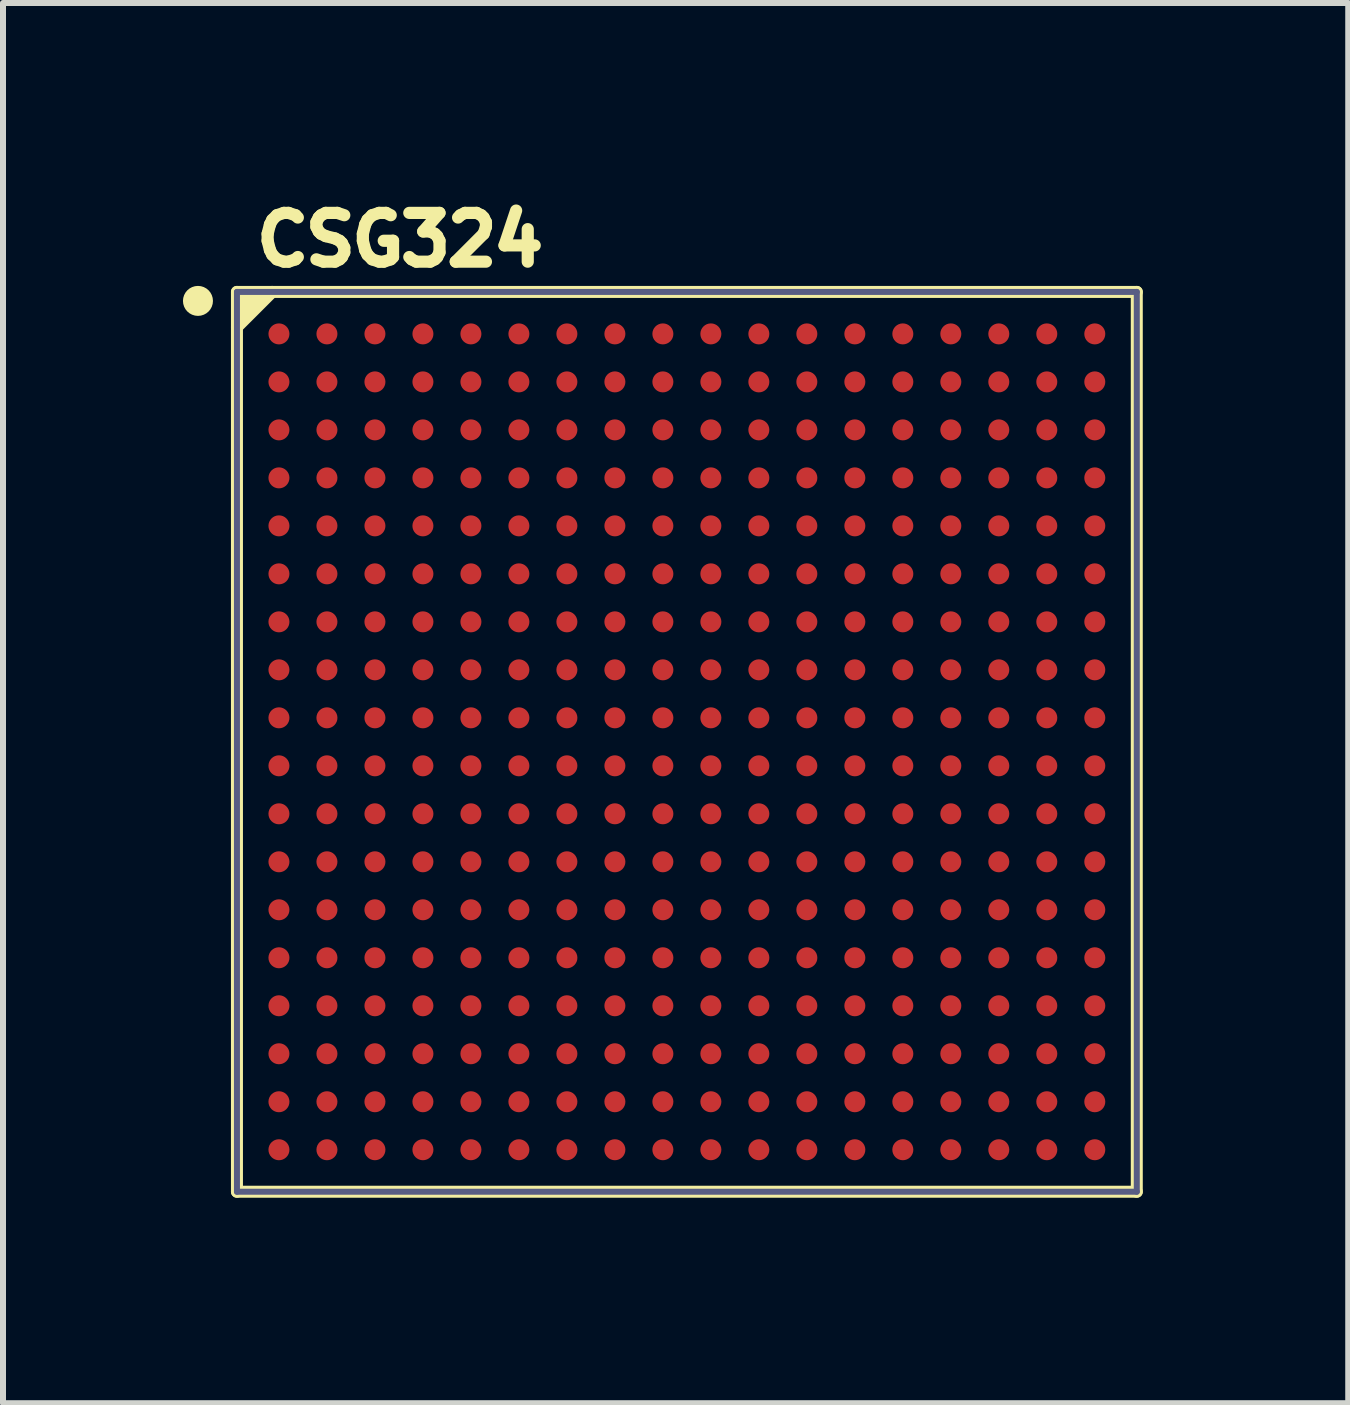
<source format=kicad_pcb>
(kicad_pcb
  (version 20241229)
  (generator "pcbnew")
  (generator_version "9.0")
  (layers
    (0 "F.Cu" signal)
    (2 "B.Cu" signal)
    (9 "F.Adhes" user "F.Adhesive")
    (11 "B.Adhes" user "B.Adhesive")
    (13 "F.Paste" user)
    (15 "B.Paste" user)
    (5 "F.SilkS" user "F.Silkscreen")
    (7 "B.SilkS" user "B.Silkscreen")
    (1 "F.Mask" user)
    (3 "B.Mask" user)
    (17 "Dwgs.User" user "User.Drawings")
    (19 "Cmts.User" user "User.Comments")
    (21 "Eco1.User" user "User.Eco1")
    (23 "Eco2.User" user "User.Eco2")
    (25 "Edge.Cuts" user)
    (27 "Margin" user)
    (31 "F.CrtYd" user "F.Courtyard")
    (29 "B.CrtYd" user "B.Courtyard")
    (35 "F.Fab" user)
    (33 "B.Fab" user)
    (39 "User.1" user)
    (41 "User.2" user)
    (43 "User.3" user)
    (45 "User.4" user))
  (footprint "CSG324"
    (layer "F.Cu")
    (at 8.4 9.316)
    (property "Reference" "CSG324" (at -7.277 -7.894 0) (unlocked yes) (layer "F.SilkS") (effects (font (size 0.813 0.813) (thickness 0.203)) (justify left bottom)))
    (fp_line (start -7.5 -7.5) (end -7.5 7.5) (stroke (width 0.2) (type solid)) (layer "F.SilkS"))
    (fp_line (start -7.5 -7.5) (end 7.5 -7.5) (stroke (width 0.2) (type solid)) (layer "F.SilkS"))
    (fp_line (start -7.5 7.5) (end 7.5 7.5) (stroke (width 0.2) (type solid)) (layer "F.SilkS"))
    (fp_line (start -6.913 -7.5) (end -7.5 -6.913) (stroke (width 0.2) (type solid)) (layer "F.SilkS"))
    (fp_line (start 7.5 -7.5) (end 7.5 7.5) (stroke (width 0.2) (type solid)) (layer "F.SilkS"))
    (fp_circle (center -8.15 -7.35) (end -8.025 -7.35) (stroke (width 0.25) (type solid)) (fill no) (layer "F.SilkS"))
    (fp_poly (pts (xy -6.913 -7.5) (xy -7.5 -6.913) (xy -7.5 -7.5)) (stroke (width 0) (type default)) (fill yes) (layer "F.SilkS"))
    (fp_line (start -8 -8) (end -8 8) (stroke (width 0.05) (type solid)) (layer "Eco1.User"))
    (fp_line (start -8 -8) (end 8 -8) (stroke (width 0.05) (type solid)) (layer "Eco1.User"))
    (fp_line (start -8 8) (end 8 8) (stroke (width 0.05) (type solid)) (layer "Eco1.User"))
    (fp_line (start -0.5 0) (end 0.5 0) (stroke (width 0.1) (type solid)) (layer "Eco1.User"))
    (fp_line (start 0 -0.5) (end 0 0.5) (stroke (width 0.1) (type solid)) (layer "Eco1.User"))
    (fp_line (start 8 -8) (end 8 8) (stroke (width 0.05) (type solid)) (layer "Eco1.User"))
    (fp_line (start -7.5 -7.5) (end -7.5 7.5) (stroke (width 0.1) (type solid)) (layer "B.Fab"))
    (fp_line (start -7.5 -7.5) (end 7.5 -7.5) (stroke (width 0.1) (type solid)) (layer "B.Fab"))
    (fp_line (start -7.5 7.5) (end 7.5 7.5) (stroke (width 0.1) (type solid)) (layer "B.Fab"))
    (fp_line (start 7.5 -7.5) (end 7.5 7.5) (stroke (width 0.1) (type solid)) (layer "B.Fab"))
    (pad "A1" smd circle (at -6.8 -6.8) (size 0.35 0.35) (layers "F.Cu" "F.Mask" "F.Paste"))
    (pad "A2" smd circle (at -6 -6.8) (size 0.35 0.35) (layers "F.Cu" "F.Mask" "F.Paste"))
    (pad "A3" smd circle (at -5.2 -6.8) (size 0.35 0.35) (layers "F.Cu" "F.Mask" "F.Paste"))
    (pad "A4" smd circle (at -4.4 -6.8) (size 0.35 0.35) (layers "F.Cu" "F.Mask" "F.Paste"))
    (pad "A5" smd circle (at -3.6 -6.8) (size 0.35 0.35) (layers "F.Cu" "F.Mask" "F.Paste"))
    (pad "A6" smd circle (at -2.8 -6.8) (size 0.35 0.35) (layers "F.Cu" "F.Mask" "F.Paste"))
    (pad "A7" smd circle (at -2 -6.8) (size 0.35 0.35) (layers "F.Cu" "F.Mask" "F.Paste"))
    (pad "A8" smd circle (at -1.2 -6.8) (size 0.35 0.35) (layers "F.Cu" "F.Mask" "F.Paste"))
    (pad "A9" smd circle (at -0.4 -6.8) (size 0.35 0.35) (layers "F.Cu" "F.Mask" "F.Paste"))
    (pad "A10" smd circle (at 0.4 -6.8) (size 0.35 0.35) (layers "F.Cu" "F.Mask" "F.Paste"))
    (pad "A11" smd circle (at 1.2 -6.8) (size 0.35 0.35) (layers "F.Cu" "F.Mask" "F.Paste"))
    (pad "A12" smd circle (at 2 -6.8) (size 0.35 0.35) (layers "F.Cu" "F.Mask" "F.Paste"))
    (pad "A13" smd circle (at 2.8 -6.8) (size 0.35 0.35) (layers "F.Cu" "F.Mask" "F.Paste"))
    (pad "A14" smd circle (at 3.6 -6.8) (size 0.35 0.35) (layers "F.Cu" "F.Mask" "F.Paste"))
    (pad "A15" smd circle (at 4.4 -6.8) (size 0.35 0.35) (layers "F.Cu" "F.Mask" "F.Paste"))
    (pad "A16" smd circle (at 5.2 -6.8) (size 0.35 0.35) (layers "F.Cu" "F.Mask" "F.Paste"))
    (pad "A17" smd circle (at 6 -6.8) (size 0.35 0.35) (layers "F.Cu" "F.Mask" "F.Paste"))
    (pad "A18" smd circle (at 6.8 -6.8) (size 0.35 0.35) (layers "F.Cu" "F.Mask" "F.Paste"))
    (pad "B1" smd circle (at -6.8 -6) (size 0.35 0.35) (layers "F.Cu" "F.Mask" "F.Paste"))
    (pad "B2" smd circle (at -6 -6) (size 0.35 0.35) (layers "F.Cu" "F.Mask" "F.Paste"))
    (pad "B3" smd circle (at -5.2 -6) (size 0.35 0.35) (layers "F.Cu" "F.Mask" "F.Paste"))
    (pad "B4" smd circle (at -4.4 -6) (size 0.35 0.35) (layers "F.Cu" "F.Mask" "F.Paste"))
    (pad "B5" smd circle (at -3.6 -6) (size 0.35 0.35) (layers "F.Cu" "F.Mask" "F.Paste"))
    (pad "B6" smd circle (at -2.8 -6) (size 0.35 0.35) (layers "F.Cu" "F.Mask" "F.Paste"))
    (pad "B7" smd circle (at -2 -6) (size 0.35 0.35) (layers "F.Cu" "F.Mask" "F.Paste"))
    (pad "B8" smd circle (at -1.2 -6) (size 0.35 0.35) (layers "F.Cu" "F.Mask" "F.Paste"))
    (pad "B9" smd circle (at -0.4 -6) (size 0.35 0.35) (layers "F.Cu" "F.Mask" "F.Paste"))
    (pad "B10" smd circle (at 0.4 -6) (size 0.35 0.35) (layers "F.Cu" "F.Mask" "F.Paste"))
    (pad "B11" smd circle (at 1.2 -6) (size 0.35 0.35) (layers "F.Cu" "F.Mask" "F.Paste"))
    (pad "B12" smd circle (at 2 -6) (size 0.35 0.35) (layers "F.Cu" "F.Mask" "F.Paste"))
    (pad "B13" smd circle (at 2.8 -6) (size 0.35 0.35) (layers "F.Cu" "F.Mask" "F.Paste"))
    (pad "B14" smd circle (at 3.6 -6) (size 0.35 0.35) (layers "F.Cu" "F.Mask" "F.Paste"))
    (pad "B15" smd circle (at 4.4 -6) (size 0.35 0.35) (layers "F.Cu" "F.Mask" "F.Paste"))
    (pad "B16" smd circle (at 5.2 -6) (size 0.35 0.35) (layers "F.Cu" "F.Mask" "F.Paste"))
    (pad "B17" smd circle (at 6 -6) (size 0.35 0.35) (layers "F.Cu" "F.Mask" "F.Paste"))
    (pad "B18" smd circle (at 6.8 -6) (size 0.35 0.35) (layers "F.Cu" "F.Mask" "F.Paste"))
    (pad "C1" smd circle (at -6.8 -5.2) (size 0.35 0.35) (layers "F.Cu" "F.Mask" "F.Paste"))
    (pad "C2" smd circle (at -6 -5.2) (size 0.35 0.35) (layers "F.Cu" "F.Mask" "F.Paste"))
    (pad "C3" smd circle (at -5.2 -5.2) (size 0.35 0.35) (layers "F.Cu" "F.Mask" "F.Paste"))
    (pad "C4" smd circle (at -4.4 -5.2) (size 0.35 0.35) (layers "F.Cu" "F.Mask" "F.Paste"))
    (pad "C5" smd circle (at -3.6 -5.2) (size 0.35 0.35) (layers "F.Cu" "F.Mask" "F.Paste"))
    (pad "C6" smd circle (at -2.8 -5.2) (size 0.35 0.35) (layers "F.Cu" "F.Mask" "F.Paste"))
    (pad "C7" smd circle (at -2 -5.2) (size 0.35 0.35) (layers "F.Cu" "F.Mask" "F.Paste"))
    (pad "C8" smd circle (at -1.2 -5.2) (size 0.35 0.35) (layers "F.Cu" "F.Mask" "F.Paste"))
    (pad "C9" smd circle (at -0.4 -5.2) (size 0.35 0.35) (layers "F.Cu" "F.Mask" "F.Paste"))
    (pad "C10" smd circle (at 0.4 -5.2) (size 0.35 0.35) (layers "F.Cu" "F.Mask" "F.Paste"))
    (pad "C11" smd circle (at 1.2 -5.2) (size 0.35 0.35) (layers "F.Cu" "F.Mask" "F.Paste"))
    (pad "C12" smd circle (at 2 -5.2) (size 0.35 0.35) (layers "F.Cu" "F.Mask" "F.Paste"))
    (pad "C13" smd circle (at 2.8 -5.2) (size 0.35 0.35) (layers "F.Cu" "F.Mask" "F.Paste"))
    (pad "C14" smd circle (at 3.6 -5.2) (size 0.35 0.35) (layers "F.Cu" "F.Mask" "F.Paste"))
    (pad "C15" smd circle (at 4.4 -5.2) (size 0.35 0.35) (layers "F.Cu" "F.Mask" "F.Paste"))
    (pad "C16" smd circle (at 5.2 -5.2) (size 0.35 0.35) (layers "F.Cu" "F.Mask" "F.Paste"))
    (pad "C17" smd circle (at 6 -5.2) (size 0.35 0.35) (layers "F.Cu" "F.Mask" "F.Paste"))
    (pad "C18" smd circle (at 6.8 -5.2) (size 0.35 0.35) (layers "F.Cu" "F.Mask" "F.Paste"))
    (pad "D1" smd circle (at -6.8 -4.4) (size 0.35 0.35) (layers "F.Cu" "F.Mask" "F.Paste"))
    (pad "D2" smd circle (at -6 -4.4) (size 0.35 0.35) (layers "F.Cu" "F.Mask" "F.Paste"))
    (pad "D3" smd circle (at -5.2 -4.4) (size 0.35 0.35) (layers "F.Cu" "F.Mask" "F.Paste"))
    (pad "D4" smd circle (at -4.4 -4.4) (size 0.35 0.35) (layers "F.Cu" "F.Mask" "F.Paste"))
    (pad "D5" smd circle (at -3.6 -4.4) (size 0.35 0.35) (layers "F.Cu" "F.Mask" "F.Paste"))
    (pad "D6" smd circle (at -2.8 -4.4) (size 0.35 0.35) (layers "F.Cu" "F.Mask" "F.Paste"))
    (pad "D7" smd circle (at -2 -4.4) (size 0.35 0.35) (layers "F.Cu" "F.Mask" "F.Paste"))
    (pad "D8" smd circle (at -1.2 -4.4) (size 0.35 0.35) (layers "F.Cu" "F.Mask" "F.Paste"))
    (pad "D9" smd circle (at -0.4 -4.4) (size 0.35 0.35) (layers "F.Cu" "F.Mask" "F.Paste"))
    (pad "D10" smd circle (at 0.4 -4.4) (size 0.35 0.35) (layers "F.Cu" "F.Mask" "F.Paste"))
    (pad "D11" smd circle (at 1.2 -4.4) (size 0.35 0.35) (layers "F.Cu" "F.Mask" "F.Paste"))
    (pad "D12" smd circle (at 2 -4.4) (size 0.35 0.35) (layers "F.Cu" "F.Mask" "F.Paste"))
    (pad "D13" smd circle (at 2.8 -4.4) (size 0.35 0.35) (layers "F.Cu" "F.Mask" "F.Paste"))
    (pad "D14" smd circle (at 3.6 -4.4) (size 0.35 0.35) (layers "F.Cu" "F.Mask" "F.Paste"))
    (pad "D15" smd circle (at 4.4 -4.4) (size 0.35 0.35) (layers "F.Cu" "F.Mask" "F.Paste"))
    (pad "D16" smd circle (at 5.2 -4.4) (size 0.35 0.35) (layers "F.Cu" "F.Mask" "F.Paste"))
    (pad "D17" smd circle (at 6 -4.4) (size 0.35 0.35) (layers "F.Cu" "F.Mask" "F.Paste"))
    (pad "D18" smd circle (at 6.8 -4.4) (size 0.35 0.35) (layers "F.Cu" "F.Mask" "F.Paste"))
    (pad "E1" smd circle (at -6.8 -3.6) (size 0.35 0.35) (layers "F.Cu" "F.Mask" "F.Paste"))
    (pad "E2" smd circle (at -6 -3.6) (size 0.35 0.35) (layers "F.Cu" "F.Mask" "F.Paste"))
    (pad "E3" smd circle (at -5.2 -3.6) (size 0.35 0.35) (layers "F.Cu" "F.Mask" "F.Paste"))
    (pad "E4" smd circle (at -4.4 -3.6) (size 0.35 0.35) (layers "F.Cu" "F.Mask" "F.Paste"))
    (pad "E5" smd circle (at -3.6 -3.6) (size 0.35 0.35) (layers "F.Cu" "F.Mask" "F.Paste"))
    (pad "E6" smd circle (at -2.8 -3.6) (size 0.35 0.35) (layers "F.Cu" "F.Mask" "F.Paste"))
    (pad "E7" smd circle (at -2 -3.6) (size 0.35 0.35) (layers "F.Cu" "F.Mask" "F.Paste"))
    (pad "E8" smd circle (at -1.2 -3.6) (size 0.35 0.35) (layers "F.Cu" "F.Mask" "F.Paste"))
    (pad "E9" smd circle (at -0.4 -3.6) (size 0.35 0.35) (layers "F.Cu" "F.Mask" "F.Paste"))
    (pad "E10" smd circle (at 0.4 -3.6) (size 0.35 0.35) (layers "F.Cu" "F.Mask" "F.Paste"))
    (pad "E11" smd circle (at 1.2 -3.6) (size 0.35 0.35) (layers "F.Cu" "F.Mask" "F.Paste"))
    (pad "E12" smd circle (at 2 -3.6) (size 0.35 0.35) (layers "F.Cu" "F.Mask" "F.Paste"))
    (pad "E13" smd circle (at 2.8 -3.6) (size 0.35 0.35) (layers "F.Cu" "F.Mask" "F.Paste"))
    (pad "E14" smd circle (at 3.6 -3.6) (size 0.35 0.35) (layers "F.Cu" "F.Mask" "F.Paste"))
    (pad "E15" smd circle (at 4.4 -3.6) (size 0.35 0.35) (layers "F.Cu" "F.Mask" "F.Paste"))
    (pad "E16" smd circle (at 5.2 -3.6) (size 0.35 0.35) (layers "F.Cu" "F.Mask" "F.Paste"))
    (pad "E17" smd circle (at 6 -3.6) (size 0.35 0.35) (layers "F.Cu" "F.Mask" "F.Paste"))
    (pad "E18" smd circle (at 6.8 -3.6) (size 0.35 0.35) (layers "F.Cu" "F.Mask" "F.Paste"))
    (pad "F1" smd circle (at -6.8 -2.8) (size 0.35 0.35) (layers "F.Cu" "F.Mask" "F.Paste"))
    (pad "F2" smd circle (at -6 -2.8) (size 0.35 0.35) (layers "F.Cu" "F.Mask" "F.Paste"))
    (pad "F3" smd circle (at -5.2 -2.8) (size 0.35 0.35) (layers "F.Cu" "F.Mask" "F.Paste"))
    (pad "F4" smd circle (at -4.4 -2.8) (size 0.35 0.35) (layers "F.Cu" "F.Mask" "F.Paste"))
    (pad "F5" smd circle (at -3.6 -2.8) (size 0.35 0.35) (layers "F.Cu" "F.Mask" "F.Paste"))
    (pad "F6" smd circle (at -2.8 -2.8) (size 0.35 0.35) (layers "F.Cu" "F.Mask" "F.Paste"))
    (pad "F7" smd circle (at -2 -2.8) (size 0.35 0.35) (layers "F.Cu" "F.Mask" "F.Paste"))
    (pad "F8" smd circle (at -1.2 -2.8) (size 0.35 0.35) (layers "F.Cu" "F.Mask" "F.Paste"))
    (pad "F9" smd circle (at -0.4 -2.8) (size 0.35 0.35) (layers "F.Cu" "F.Mask" "F.Paste"))
    (pad "F10" smd circle (at 0.4 -2.8) (size 0.35 0.35) (layers "F.Cu" "F.Mask" "F.Paste"))
    (pad "F11" smd circle (at 1.2 -2.8) (size 0.35 0.35) (layers "F.Cu" "F.Mask" "F.Paste"))
    (pad "F12" smd circle (at 2 -2.8) (size 0.35 0.35) (layers "F.Cu" "F.Mask" "F.Paste"))
    (pad "F13" smd circle (at 2.8 -2.8) (size 0.35 0.35) (layers "F.Cu" "F.Mask" "F.Paste"))
    (pad "F14" smd circle (at 3.6 -2.8) (size 0.35 0.35) (layers "F.Cu" "F.Mask" "F.Paste"))
    (pad "F15" smd circle (at 4.4 -2.8) (size 0.35 0.35) (layers "F.Cu" "F.Mask" "F.Paste"))
    (pad "F16" smd circle (at 5.2 -2.8) (size 0.35 0.35) (layers "F.Cu" "F.Mask" "F.Paste"))
    (pad "F17" smd circle (at 6 -2.8) (size 0.35 0.35) (layers "F.Cu" "F.Mask" "F.Paste"))
    (pad "F18" smd circle (at 6.8 -2.8) (size 0.35 0.35) (layers "F.Cu" "F.Mask" "F.Paste"))
    (pad "G1" smd circle (at -6.8 -2) (size 0.35 0.35) (layers "F.Cu" "F.Mask" "F.Paste"))
    (pad "G2" smd circle (at -6 -2) (size 0.35 0.35) (layers "F.Cu" "F.Mask" "F.Paste"))
    (pad "G3" smd circle (at -5.2 -2) (size 0.35 0.35) (layers "F.Cu" "F.Mask" "F.Paste"))
    (pad "G4" smd circle (at -4.4 -2) (size 0.35 0.35) (layers "F.Cu" "F.Mask" "F.Paste"))
    (pad "G5" smd circle (at -3.6 -2) (size 0.35 0.35) (layers "F.Cu" "F.Mask" "F.Paste"))
    (pad "G6" smd circle (at -2.8 -2) (size 0.35 0.35) (layers "F.Cu" "F.Mask" "F.Paste"))
    (pad "G7" smd circle (at -2 -2) (size 0.35 0.35) (layers "F.Cu" "F.Mask" "F.Paste"))
    (pad "G8" smd circle (at -1.2 -2) (size 0.35 0.35) (layers "F.Cu" "F.Mask" "F.Paste"))
    (pad "G9" smd circle (at -0.4 -2) (size 0.35 0.35) (layers "F.Cu" "F.Mask" "F.Paste"))
    (pad "G10" smd circle (at 0.4 -2) (size 0.35 0.35) (layers "F.Cu" "F.Mask" "F.Paste"))
    (pad "G11" smd circle (at 1.2 -2) (size 0.35 0.35) (layers "F.Cu" "F.Mask" "F.Paste"))
    (pad "G12" smd circle (at 2 -2) (size 0.35 0.35) (layers "F.Cu" "F.Mask" "F.Paste"))
    (pad "G13" smd circle (at 2.8 -2) (size 0.35 0.35) (layers "F.Cu" "F.Mask" "F.Paste"))
    (pad "G14" smd circle (at 3.6 -2) (size 0.35 0.35) (layers "F.Cu" "F.Mask" "F.Paste"))
    (pad "G15" smd circle (at 4.4 -2) (size 0.35 0.35) (layers "F.Cu" "F.Mask" "F.Paste"))
    (pad "G16" smd circle (at 5.2 -2) (size 0.35 0.35) (layers "F.Cu" "F.Mask" "F.Paste"))
    (pad "G17" smd circle (at 6 -2) (size 0.35 0.35) (layers "F.Cu" "F.Mask" "F.Paste"))
    (pad "G18" smd circle (at 6.8 -2) (size 0.35 0.35) (layers "F.Cu" "F.Mask" "F.Paste"))
    (pad "H1" smd circle (at -6.8 -1.2) (size 0.35 0.35) (layers "F.Cu" "F.Mask" "F.Paste"))
    (pad "H2" smd circle (at -6 -1.2) (size 0.35 0.35) (layers "F.Cu" "F.Mask" "F.Paste"))
    (pad "H3" smd circle (at -5.2 -1.2) (size 0.35 0.35) (layers "F.Cu" "F.Mask" "F.Paste"))
    (pad "H4" smd circle (at -4.4 -1.2) (size 0.35 0.35) (layers "F.Cu" "F.Mask" "F.Paste"))
    (pad "H5" smd circle (at -3.6 -1.2) (size 0.35 0.35) (layers "F.Cu" "F.Mask" "F.Paste"))
    (pad "H6" smd circle (at -2.8 -1.2) (size 0.35 0.35) (layers "F.Cu" "F.Mask" "F.Paste"))
    (pad "H7" smd circle (at -2 -1.2) (size 0.35 0.35) (layers "F.Cu" "F.Mask" "F.Paste"))
    (pad "H8" smd circle (at -1.2 -1.2) (size 0.35 0.35) (layers "F.Cu" "F.Mask" "F.Paste"))
    (pad "H9" smd circle (at -0.4 -1.2) (size 0.35 0.35) (layers "F.Cu" "F.Mask" "F.Paste"))
    (pad "H10" smd circle (at 0.4 -1.2) (size 0.35 0.35) (layers "F.Cu" "F.Mask" "F.Paste"))
    (pad "H11" smd circle (at 1.2 -1.2) (size 0.35 0.35) (layers "F.Cu" "F.Mask" "F.Paste"))
    (pad "H12" smd circle (at 2 -1.2) (size 0.35 0.35) (layers "F.Cu" "F.Mask" "F.Paste"))
    (pad "H13" smd circle (at 2.8 -1.2) (size 0.35 0.35) (layers "F.Cu" "F.Mask" "F.Paste"))
    (pad "H14" smd circle (at 3.6 -1.2) (size 0.35 0.35) (layers "F.Cu" "F.Mask" "F.Paste"))
    (pad "H15" smd circle (at 4.4 -1.2) (size 0.35 0.35) (layers "F.Cu" "F.Mask" "F.Paste"))
    (pad "H16" smd circle (at 5.2 -1.2) (size 0.35 0.35) (layers "F.Cu" "F.Mask" "F.Paste"))
    (pad "H17" smd circle (at 6 -1.2) (size 0.35 0.35) (layers "F.Cu" "F.Mask" "F.Paste"))
    (pad "H18" smd circle (at 6.8 -1.2) (size 0.35 0.35) (layers "F.Cu" "F.Mask" "F.Paste"))
    (pad "J1" smd circle (at -6.8 -0.4) (size 0.35 0.35) (layers "F.Cu" "F.Mask" "F.Paste"))
    (pad "J2" smd circle (at -6 -0.4) (size 0.35 0.35) (layers "F.Cu" "F.Mask" "F.Paste"))
    (pad "J3" smd circle (at -5.2 -0.4) (size 0.35 0.35) (layers "F.Cu" "F.Mask" "F.Paste"))
    (pad "J4" smd circle (at -4.4 -0.4) (size 0.35 0.35) (layers "F.Cu" "F.Mask" "F.Paste"))
    (pad "J5" smd circle (at -3.6 -0.4) (size 0.35 0.35) (layers "F.Cu" "F.Mask" "F.Paste"))
    (pad "J6" smd circle (at -2.8 -0.4) (size 0.35 0.35) (layers "F.Cu" "F.Mask" "F.Paste"))
    (pad "J7" smd circle (at -2 -0.4) (size 0.35 0.35) (layers "F.Cu" "F.Mask" "F.Paste"))
    (pad "J8" smd circle (at -1.2 -0.4) (size 0.35 0.35) (layers "F.Cu" "F.Mask" "F.Paste"))
    (pad "J9" smd circle (at -0.4 -0.4) (size 0.35 0.35) (layers "F.Cu" "F.Mask" "F.Paste"))
    (pad "J10" smd circle (at 0.4 -0.4) (size 0.35 0.35) (layers "F.Cu" "F.Mask" "F.Paste"))
    (pad "J11" smd circle (at 1.2 -0.4) (size 0.35 0.35) (layers "F.Cu" "F.Mask" "F.Paste"))
    (pad "J12" smd circle (at 2 -0.4) (size 0.35 0.35) (layers "F.Cu" "F.Mask" "F.Paste"))
    (pad "J13" smd circle (at 2.8 -0.4) (size 0.35 0.35) (layers "F.Cu" "F.Mask" "F.Paste"))
    (pad "J14" smd circle (at 3.6 -0.4) (size 0.35 0.35) (layers "F.Cu" "F.Mask" "F.Paste"))
    (pad "J15" smd circle (at 4.4 -0.4) (size 0.35 0.35) (layers "F.Cu" "F.Mask" "F.Paste"))
    (pad "J16" smd circle (at 5.2 -0.4) (size 0.35 0.35) (layers "F.Cu" "F.Mask" "F.Paste"))
    (pad "J17" smd circle (at 6 -0.4) (size 0.35 0.35) (layers "F.Cu" "F.Mask" "F.Paste"))
    (pad "J18" smd circle (at 6.8 -0.4) (size 0.35 0.35) (layers "F.Cu" "F.Mask" "F.Paste"))
    (pad "K1" smd circle (at -6.8 0.4) (size 0.35 0.35) (layers "F.Cu" "F.Mask" "F.Paste"))
    (pad "K2" smd circle (at -6 0.4) (size 0.35 0.35) (layers "F.Cu" "F.Mask" "F.Paste"))
    (pad "K3" smd circle (at -5.2 0.4) (size 0.35 0.35) (layers "F.Cu" "F.Mask" "F.Paste"))
    (pad "K4" smd circle (at -4.4 0.4) (size 0.35 0.35) (layers "F.Cu" "F.Mask" "F.Paste"))
    (pad "K5" smd circle (at -3.6 0.4) (size 0.35 0.35) (layers "F.Cu" "F.Mask" "F.Paste"))
    (pad "K6" smd circle (at -2.8 0.4) (size 0.35 0.35) (layers "F.Cu" "F.Mask" "F.Paste"))
    (pad "K7" smd circle (at -2 0.4) (size 0.35 0.35) (layers "F.Cu" "F.Mask" "F.Paste"))
    (pad "K8" smd circle (at -1.2 0.4) (size 0.35 0.35) (layers "F.Cu" "F.Mask" "F.Paste"))
    (pad "K9" smd circle (at -0.4 0.4) (size 0.35 0.35) (layers "F.Cu" "F.Mask" "F.Paste"))
    (pad "K10" smd circle (at 0.4 0.4) (size 0.35 0.35) (layers "F.Cu" "F.Mask" "F.Paste"))
    (pad "K11" smd circle (at 1.2 0.4) (size 0.35 0.35) (layers "F.Cu" "F.Mask" "F.Paste"))
    (pad "K12" smd circle (at 2 0.4) (size 0.35 0.35) (layers "F.Cu" "F.Mask" "F.Paste"))
    (pad "K13" smd circle (at 2.8 0.4) (size 0.35 0.35) (layers "F.Cu" "F.Mask" "F.Paste"))
    (pad "K14" smd circle (at 3.6 0.4) (size 0.35 0.35) (layers "F.Cu" "F.Mask" "F.Paste"))
    (pad "K15" smd circle (at 4.4 0.4) (size 0.35 0.35) (layers "F.Cu" "F.Mask" "F.Paste"))
    (pad "K16" smd circle (at 5.2 0.4) (size 0.35 0.35) (layers "F.Cu" "F.Mask" "F.Paste"))
    (pad "K17" smd circle (at 6 0.4) (size 0.35 0.35) (layers "F.Cu" "F.Mask" "F.Paste"))
    (pad "K18" smd circle (at 6.8 0.4) (size 0.35 0.35) (layers "F.Cu" "F.Mask" "F.Paste"))
    (pad "L1" smd circle (at -6.8 1.2) (size 0.35 0.35) (layers "F.Cu" "F.Mask" "F.Paste"))
    (pad "L2" smd circle (at -6 1.2) (size 0.35 0.35) (layers "F.Cu" "F.Mask" "F.Paste"))
    (pad "L3" smd circle (at -5.2 1.2) (size 0.35 0.35) (layers "F.Cu" "F.Mask" "F.Paste"))
    (pad "L4" smd circle (at -4.4 1.2) (size 0.35 0.35) (layers "F.Cu" "F.Mask" "F.Paste"))
    (pad "L5" smd circle (at -3.6 1.2) (size 0.35 0.35) (layers "F.Cu" "F.Mask" "F.Paste"))
    (pad "L6" smd circle (at -2.8 1.2) (size 0.35 0.35) (layers "F.Cu" "F.Mask" "F.Paste"))
    (pad "L7" smd circle (at -2 1.2) (size 0.35 0.35) (layers "F.Cu" "F.Mask" "F.Paste"))
    (pad "L8" smd circle (at -1.2 1.2) (size 0.35 0.35) (layers "F.Cu" "F.Mask" "F.Paste"))
    (pad "L9" smd circle (at -0.4 1.2) (size 0.35 0.35) (layers "F.Cu" "F.Mask" "F.Paste"))
    (pad "L10" smd circle (at 0.4 1.2) (size 0.35 0.35) (layers "F.Cu" "F.Mask" "F.Paste"))
    (pad "L11" smd circle (at 1.2 1.2) (size 0.35 0.35) (layers "F.Cu" "F.Mask" "F.Paste"))
    (pad "L12" smd circle (at 2 1.2) (size 0.35 0.35) (layers "F.Cu" "F.Mask" "F.Paste"))
    (pad "L13" smd circle (at 2.8 1.2) (size 0.35 0.35) (layers "F.Cu" "F.Mask" "F.Paste"))
    (pad "L14" smd circle (at 3.6 1.2) (size 0.35 0.35) (layers "F.Cu" "F.Mask" "F.Paste"))
    (pad "L15" smd circle (at 4.4 1.2) (size 0.35 0.35) (layers "F.Cu" "F.Mask" "F.Paste"))
    (pad "L16" smd circle (at 5.2 1.2) (size 0.35 0.35) (layers "F.Cu" "F.Mask" "F.Paste"))
    (pad "L17" smd circle (at 6 1.2) (size 0.35 0.35) (layers "F.Cu" "F.Mask" "F.Paste"))
    (pad "L18" smd circle (at 6.8 1.2) (size 0.35 0.35) (layers "F.Cu" "F.Mask" "F.Paste"))
    (pad "M1" smd circle (at -6.8 2) (size 0.35 0.35) (layers "F.Cu" "F.Mask" "F.Paste"))
    (pad "M2" smd circle (at -6 2) (size 0.35 0.35) (layers "F.Cu" "F.Mask" "F.Paste"))
    (pad "M3" smd circle (at -5.2 2) (size 0.35 0.35) (layers "F.Cu" "F.Mask" "F.Paste"))
    (pad "M4" smd circle (at -4.4 2) (size 0.35 0.35) (layers "F.Cu" "F.Mask" "F.Paste"))
    (pad "M5" smd circle (at -3.6 2) (size 0.35 0.35) (layers "F.Cu" "F.Mask" "F.Paste"))
    (pad "M6" smd circle (at -2.8 2) (size 0.35 0.35) (layers "F.Cu" "F.Mask" "F.Paste"))
    (pad "M7" smd circle (at -2 2) (size 0.35 0.35) (layers "F.Cu" "F.Mask" "F.Paste"))
    (pad "M8" smd circle (at -1.2 2) (size 0.35 0.35) (layers "F.Cu" "F.Mask" "F.Paste"))
    (pad "M9" smd circle (at -0.4 2) (size 0.35 0.35) (layers "F.Cu" "F.Mask" "F.Paste"))
    (pad "M10" smd circle (at 0.4 2) (size 0.35 0.35) (layers "F.Cu" "F.Mask" "F.Paste"))
    (pad "M11" smd circle (at 1.2 2) (size 0.35 0.35) (layers "F.Cu" "F.Mask" "F.Paste"))
    (pad "M12" smd circle (at 2 2) (size 0.35 0.35) (layers "F.Cu" "F.Mask" "F.Paste"))
    (pad "M13" smd circle (at 2.8 2) (size 0.35 0.35) (layers "F.Cu" "F.Mask" "F.Paste"))
    (pad "M14" smd circle (at 3.6 2) (size 0.35 0.35) (layers "F.Cu" "F.Mask" "F.Paste"))
    (pad "M15" smd circle (at 4.4 2) (size 0.35 0.35) (layers "F.Cu" "F.Mask" "F.Paste"))
    (pad "M16" smd circle (at 5.2 2) (size 0.35 0.35) (layers "F.Cu" "F.Mask" "F.Paste"))
    (pad "M17" smd circle (at 6 2) (size 0.35 0.35) (layers "F.Cu" "F.Mask" "F.Paste"))
    (pad "M18" smd circle (at 6.8 2) (size 0.35 0.35) (layers "F.Cu" "F.Mask" "F.Paste"))
    (pad "N1" smd circle (at -6.8 2.8) (size 0.35 0.35) (layers "F.Cu" "F.Mask" "F.Paste"))
    (pad "N2" smd circle (at -6 2.8) (size 0.35 0.35) (layers "F.Cu" "F.Mask" "F.Paste"))
    (pad "N3" smd circle (at -5.2 2.8) (size 0.35 0.35) (layers "F.Cu" "F.Mask" "F.Paste"))
    (pad "N4" smd circle (at -4.4 2.8) (size 0.35 0.35) (layers "F.Cu" "F.Mask" "F.Paste"))
    (pad "N5" smd circle (at -3.6 2.8) (size 0.35 0.35) (layers "F.Cu" "F.Mask" "F.Paste"))
    (pad "N6" smd circle (at -2.8 2.8) (size 0.35 0.35) (layers "F.Cu" "F.Mask" "F.Paste"))
    (pad "N7" smd circle (at -2 2.8) (size 0.35 0.35) (layers "F.Cu" "F.Mask" "F.Paste"))
    (pad "N8" smd circle (at -1.2 2.8) (size 0.35 0.35) (layers "F.Cu" "F.Mask" "F.Paste"))
    (pad "N9" smd circle (at -0.4 2.8) (size 0.35 0.35) (layers "F.Cu" "F.Mask" "F.Paste"))
    (pad "N10" smd circle (at 0.4 2.8) (size 0.35 0.35) (layers "F.Cu" "F.Mask" "F.Paste"))
    (pad "N11" smd circle (at 1.2 2.8) (size 0.35 0.35) (layers "F.Cu" "F.Mask" "F.Paste"))
    (pad "N12" smd circle (at 2 2.8) (size 0.35 0.35) (layers "F.Cu" "F.Mask" "F.Paste"))
    (pad "N13" smd circle (at 2.8 2.8) (size 0.35 0.35) (layers "F.Cu" "F.Mask" "F.Paste"))
    (pad "N14" smd circle (at 3.6 2.8) (size 0.35 0.35) (layers "F.Cu" "F.Mask" "F.Paste"))
    (pad "N15" smd circle (at 4.4 2.8) (size 0.35 0.35) (layers "F.Cu" "F.Mask" "F.Paste"))
    (pad "N16" smd circle (at 5.2 2.8) (size 0.35 0.35) (layers "F.Cu" "F.Mask" "F.Paste"))
    (pad "N17" smd circle (at 6 2.8) (size 0.35 0.35) (layers "F.Cu" "F.Mask" "F.Paste"))
    (pad "N18" smd circle (at 6.8 2.8) (size 0.35 0.35) (layers "F.Cu" "F.Mask" "F.Paste"))
    (pad "P1" smd circle (at -6.8 3.6) (size 0.35 0.35) (layers "F.Cu" "F.Mask" "F.Paste"))
    (pad "P2" smd circle (at -6 3.6) (size 0.35 0.35) (layers "F.Cu" "F.Mask" "F.Paste"))
    (pad "P3" smd circle (at -5.2 3.6) (size 0.35 0.35) (layers "F.Cu" "F.Mask" "F.Paste"))
    (pad "P4" smd circle (at -4.4 3.6) (size 0.35 0.35) (layers "F.Cu" "F.Mask" "F.Paste"))
    (pad "P5" smd circle (at -3.6 3.6) (size 0.35 0.35) (layers "F.Cu" "F.Mask" "F.Paste"))
    (pad "P6" smd circle (at -2.8 3.6) (size 0.35 0.35) (layers "F.Cu" "F.Mask" "F.Paste"))
    (pad "P7" smd circle (at -2 3.6) (size 0.35 0.35) (layers "F.Cu" "F.Mask" "F.Paste"))
    (pad "P8" smd circle (at -1.2 3.6) (size 0.35 0.35) (layers "F.Cu" "F.Mask" "F.Paste"))
    (pad "P9" smd circle (at -0.4 3.6) (size 0.35 0.35) (layers "F.Cu" "F.Mask" "F.Paste"))
    (pad "P10" smd circle (at 0.4 3.6) (size 0.35 0.35) (layers "F.Cu" "F.Mask" "F.Paste"))
    (pad "P11" smd circle (at 1.2 3.6) (size 0.35 0.35) (layers "F.Cu" "F.Mask" "F.Paste"))
    (pad "P12" smd circle (at 2 3.6) (size 0.35 0.35) (layers "F.Cu" "F.Mask" "F.Paste"))
    (pad "P13" smd circle (at 2.8 3.6) (size 0.35 0.35) (layers "F.Cu" "F.Mask" "F.Paste"))
    (pad "P14" smd circle (at 3.6 3.6) (size 0.35 0.35) (layers "F.Cu" "F.Mask" "F.Paste"))
    (pad "P15" smd circle (at 4.4 3.6) (size 0.35 0.35) (layers "F.Cu" "F.Mask" "F.Paste"))
    (pad "P16" smd circle (at 5.2 3.6) (size 0.35 0.35) (layers "F.Cu" "F.Mask" "F.Paste"))
    (pad "P17" smd circle (at 6 3.6) (size 0.35 0.35) (layers "F.Cu" "F.Mask" "F.Paste"))
    (pad "P18" smd circle (at 6.8 3.6) (size 0.35 0.35) (layers "F.Cu" "F.Mask" "F.Paste"))
    (pad "R1" smd circle (at -6.8 4.4) (size 0.35 0.35) (layers "F.Cu" "F.Mask" "F.Paste"))
    (pad "R2" smd circle (at -6 4.4) (size 0.35 0.35) (layers "F.Cu" "F.Mask" "F.Paste"))
    (pad "R3" smd circle (at -5.2 4.4) (size 0.35 0.35) (layers "F.Cu" "F.Mask" "F.Paste"))
    (pad "R4" smd circle (at -4.4 4.4) (size 0.35 0.35) (layers "F.Cu" "F.Mask" "F.Paste"))
    (pad "R5" smd circle (at -3.6 4.4) (size 0.35 0.35) (layers "F.Cu" "F.Mask" "F.Paste"))
    (pad "R6" smd circle (at -2.8 4.4) (size 0.35 0.35) (layers "F.Cu" "F.Mask" "F.Paste"))
    (pad "R7" smd circle (at -2 4.4) (size 0.35 0.35) (layers "F.Cu" "F.Mask" "F.Paste"))
    (pad "R8" smd circle (at -1.2 4.4) (size 0.35 0.35) (layers "F.Cu" "F.Mask" "F.Paste"))
    (pad "R9" smd circle (at -0.4 4.4) (size 0.35 0.35) (layers "F.Cu" "F.Mask" "F.Paste"))
    (pad "R10" smd circle (at 0.4 4.4) (size 0.35 0.35) (layers "F.Cu" "F.Mask" "F.Paste"))
    (pad "R11" smd circle (at 1.2 4.4) (size 0.35 0.35) (layers "F.Cu" "F.Mask" "F.Paste"))
    (pad "R12" smd circle (at 2 4.4) (size 0.35 0.35) (layers "F.Cu" "F.Mask" "F.Paste"))
    (pad "R13" smd circle (at 2.8 4.4) (size 0.35 0.35) (layers "F.Cu" "F.Mask" "F.Paste"))
    (pad "R14" smd circle (at 3.6 4.4) (size 0.35 0.35) (layers "F.Cu" "F.Mask" "F.Paste"))
    (pad "R15" smd circle (at 4.4 4.4) (size 0.35 0.35) (layers "F.Cu" "F.Mask" "F.Paste"))
    (pad "R16" smd circle (at 5.2 4.4) (size 0.35 0.35) (layers "F.Cu" "F.Mask" "F.Paste"))
    (pad "R17" smd circle (at 6 4.4) (size 0.35 0.35) (layers "F.Cu" "F.Mask" "F.Paste"))
    (pad "R18" smd circle (at 6.8 4.4) (size 0.35 0.35) (layers "F.Cu" "F.Mask" "F.Paste"))
    (pad "T1" smd circle (at -6.8 5.2) (size 0.35 0.35) (layers "F.Cu" "F.Mask" "F.Paste"))
    (pad "T2" smd circle (at -6 5.2) (size 0.35 0.35) (layers "F.Cu" "F.Mask" "F.Paste"))
    (pad "T3" smd circle (at -5.2 5.2) (size 0.35 0.35) (layers "F.Cu" "F.Mask" "F.Paste"))
    (pad "T4" smd circle (at -4.4 5.2) (size 0.35 0.35) (layers "F.Cu" "F.Mask" "F.Paste"))
    (pad "T5" smd circle (at -3.6 5.2) (size 0.35 0.35) (layers "F.Cu" "F.Mask" "F.Paste"))
    (pad "T6" smd circle (at -2.8 5.2) (size 0.35 0.35) (layers "F.Cu" "F.Mask" "F.Paste"))
    (pad "T7" smd circle (at -2 5.2) (size 0.35 0.35) (layers "F.Cu" "F.Mask" "F.Paste"))
    (pad "T8" smd circle (at -1.2 5.2) (size 0.35 0.35) (layers "F.Cu" "F.Mask" "F.Paste"))
    (pad "T9" smd circle (at -0.4 5.2) (size 0.35 0.35) (layers "F.Cu" "F.Mask" "F.Paste"))
    (pad "T10" smd circle (at 0.4 5.2) (size 0.35 0.35) (layers "F.Cu" "F.Mask" "F.Paste"))
    (pad "T11" smd circle (at 1.2 5.2) (size 0.35 0.35) (layers "F.Cu" "F.Mask" "F.Paste"))
    (pad "T12" smd circle (at 2 5.2) (size 0.35 0.35) (layers "F.Cu" "F.Mask" "F.Paste"))
    (pad "T13" smd circle (at 2.8 5.2) (size 0.35 0.35) (layers "F.Cu" "F.Mask" "F.Paste"))
    (pad "T14" smd circle (at 3.6 5.2) (size 0.35 0.35) (layers "F.Cu" "F.Mask" "F.Paste"))
    (pad "T15" smd circle (at 4.4 5.2) (size 0.35 0.35) (layers "F.Cu" "F.Mask" "F.Paste"))
    (pad "T16" smd circle (at 5.2 5.2) (size 0.35 0.35) (layers "F.Cu" "F.Mask" "F.Paste"))
    (pad "T17" smd circle (at 6 5.2) (size 0.35 0.35) (layers "F.Cu" "F.Mask" "F.Paste"))
    (pad "T18" smd circle (at 6.8 5.2) (size 0.35 0.35) (layers "F.Cu" "F.Mask" "F.Paste"))
    (pad "U1" smd circle (at -6.8 6) (size 0.35 0.35) (layers "F.Cu" "F.Mask" "F.Paste"))
    (pad "U2" smd circle (at -6 6) (size 0.35 0.35) (layers "F.Cu" "F.Mask" "F.Paste"))
    (pad "U3" smd circle (at -5.2 6) (size 0.35 0.35) (layers "F.Cu" "F.Mask" "F.Paste"))
    (pad "U4" smd circle (at -4.4 6) (size 0.35 0.35) (layers "F.Cu" "F.Mask" "F.Paste"))
    (pad "U5" smd circle (at -3.6 6) (size 0.35 0.35) (layers "F.Cu" "F.Mask" "F.Paste"))
    (pad "U6" smd circle (at -2.8 6) (size 0.35 0.35) (layers "F.Cu" "F.Mask" "F.Paste"))
    (pad "U7" smd circle (at -2 6) (size 0.35 0.35) (layers "F.Cu" "F.Mask" "F.Paste"))
    (pad "U8" smd circle (at -1.2 6) (size 0.35 0.35) (layers "F.Cu" "F.Mask" "F.Paste"))
    (pad "U9" smd circle (at -0.4 6) (size 0.35 0.35) (layers "F.Cu" "F.Mask" "F.Paste"))
    (pad "U10" smd circle (at 0.4 6) (size 0.35 0.35) (layers "F.Cu" "F.Mask" "F.Paste"))
    (pad "U11" smd circle (at 1.2 6) (size 0.35 0.35) (layers "F.Cu" "F.Mask" "F.Paste"))
    (pad "U12" smd circle (at 2 6) (size 0.35 0.35) (layers "F.Cu" "F.Mask" "F.Paste"))
    (pad "U13" smd circle (at 2.8 6) (size 0.35 0.35) (layers "F.Cu" "F.Mask" "F.Paste"))
    (pad "U14" smd circle (at 3.6 6) (size 0.35 0.35) (layers "F.Cu" "F.Mask" "F.Paste"))
    (pad "U15" smd circle (at 4.4 6) (size 0.35 0.35) (layers "F.Cu" "F.Mask" "F.Paste"))
    (pad "U16" smd circle (at 5.2 6) (size 0.35 0.35) (layers "F.Cu" "F.Mask" "F.Paste"))
    (pad "U17" smd circle (at 6 6) (size 0.35 0.35) (layers "F.Cu" "F.Mask" "F.Paste"))
    (pad "U18" smd circle (at 6.8 6) (size 0.35 0.35) (layers "F.Cu" "F.Mask" "F.Paste"))
    (pad "V1" smd circle (at -6.8 6.8) (size 0.35 0.35) (layers "F.Cu" "F.Mask" "F.Paste"))
    (pad "V2" smd circle (at -6 6.8) (size 0.35 0.35) (layers "F.Cu" "F.Mask" "F.Paste"))
    (pad "V3" smd circle (at -5.2 6.8) (size 0.35 0.35) (layers "F.Cu" "F.Mask" "F.Paste"))
    (pad "V4" smd circle (at -4.4 6.8) (size 0.35 0.35) (layers "F.Cu" "F.Mask" "F.Paste"))
    (pad "V5" smd circle (at -3.6 6.8) (size 0.35 0.35) (layers "F.Cu" "F.Mask" "F.Paste"))
    (pad "V6" smd circle (at -2.8 6.8) (size 0.35 0.35) (layers "F.Cu" "F.Mask" "F.Paste"))
    (pad "V7" smd circle (at -2 6.8) (size 0.35 0.35) (layers "F.Cu" "F.Mask" "F.Paste"))
    (pad "V8" smd circle (at -1.2 6.8) (size 0.35 0.35) (layers "F.Cu" "F.Mask" "F.Paste"))
    (pad "V9" smd circle (at -0.4 6.8) (size 0.35 0.35) (layers "F.Cu" "F.Mask" "F.Paste"))
    (pad "V10" smd circle (at 0.4 6.8) (size 0.35 0.35) (layers "F.Cu" "F.Mask" "F.Paste"))
    (pad "V11" smd circle (at 1.2 6.8) (size 0.35 0.35) (layers "F.Cu" "F.Mask" "F.Paste"))
    (pad "V12" smd circle (at 2 6.8) (size 0.35 0.35) (layers "F.Cu" "F.Mask" "F.Paste"))
    (pad "V13" smd circle (at 2.8 6.8) (size 0.35 0.35) (layers "F.Cu" "F.Mask" "F.Paste"))
    (pad "V14" smd circle (at 3.6 6.8) (size 0.35 0.35) (layers "F.Cu" "F.Mask" "F.Paste"))
    (pad "V15" smd circle (at 4.4 6.8) (size 0.35 0.35) (layers "F.Cu" "F.Mask" "F.Paste"))
    (pad "V16" smd circle (at 5.2 6.8) (size 0.35 0.35) (layers "F.Cu" "F.Mask" "F.Paste"))
    (pad "V17" smd circle (at 6 6.8) (size 0.35 0.35) (layers "F.Cu" "F.Mask" "F.Paste"))
    (pad "V18" smd circle (at 6.8 6.8) (size 0.35 0.35) (layers "F.Cu" "F.Mask" "F.Paste")))
  (gr_rect
    (start -3 -3)
    (end 19.425 20.341)
    (stroke (width 0.1) (type default))
    (fill no)
    (layer "Edge.Cuts")))
</source>
